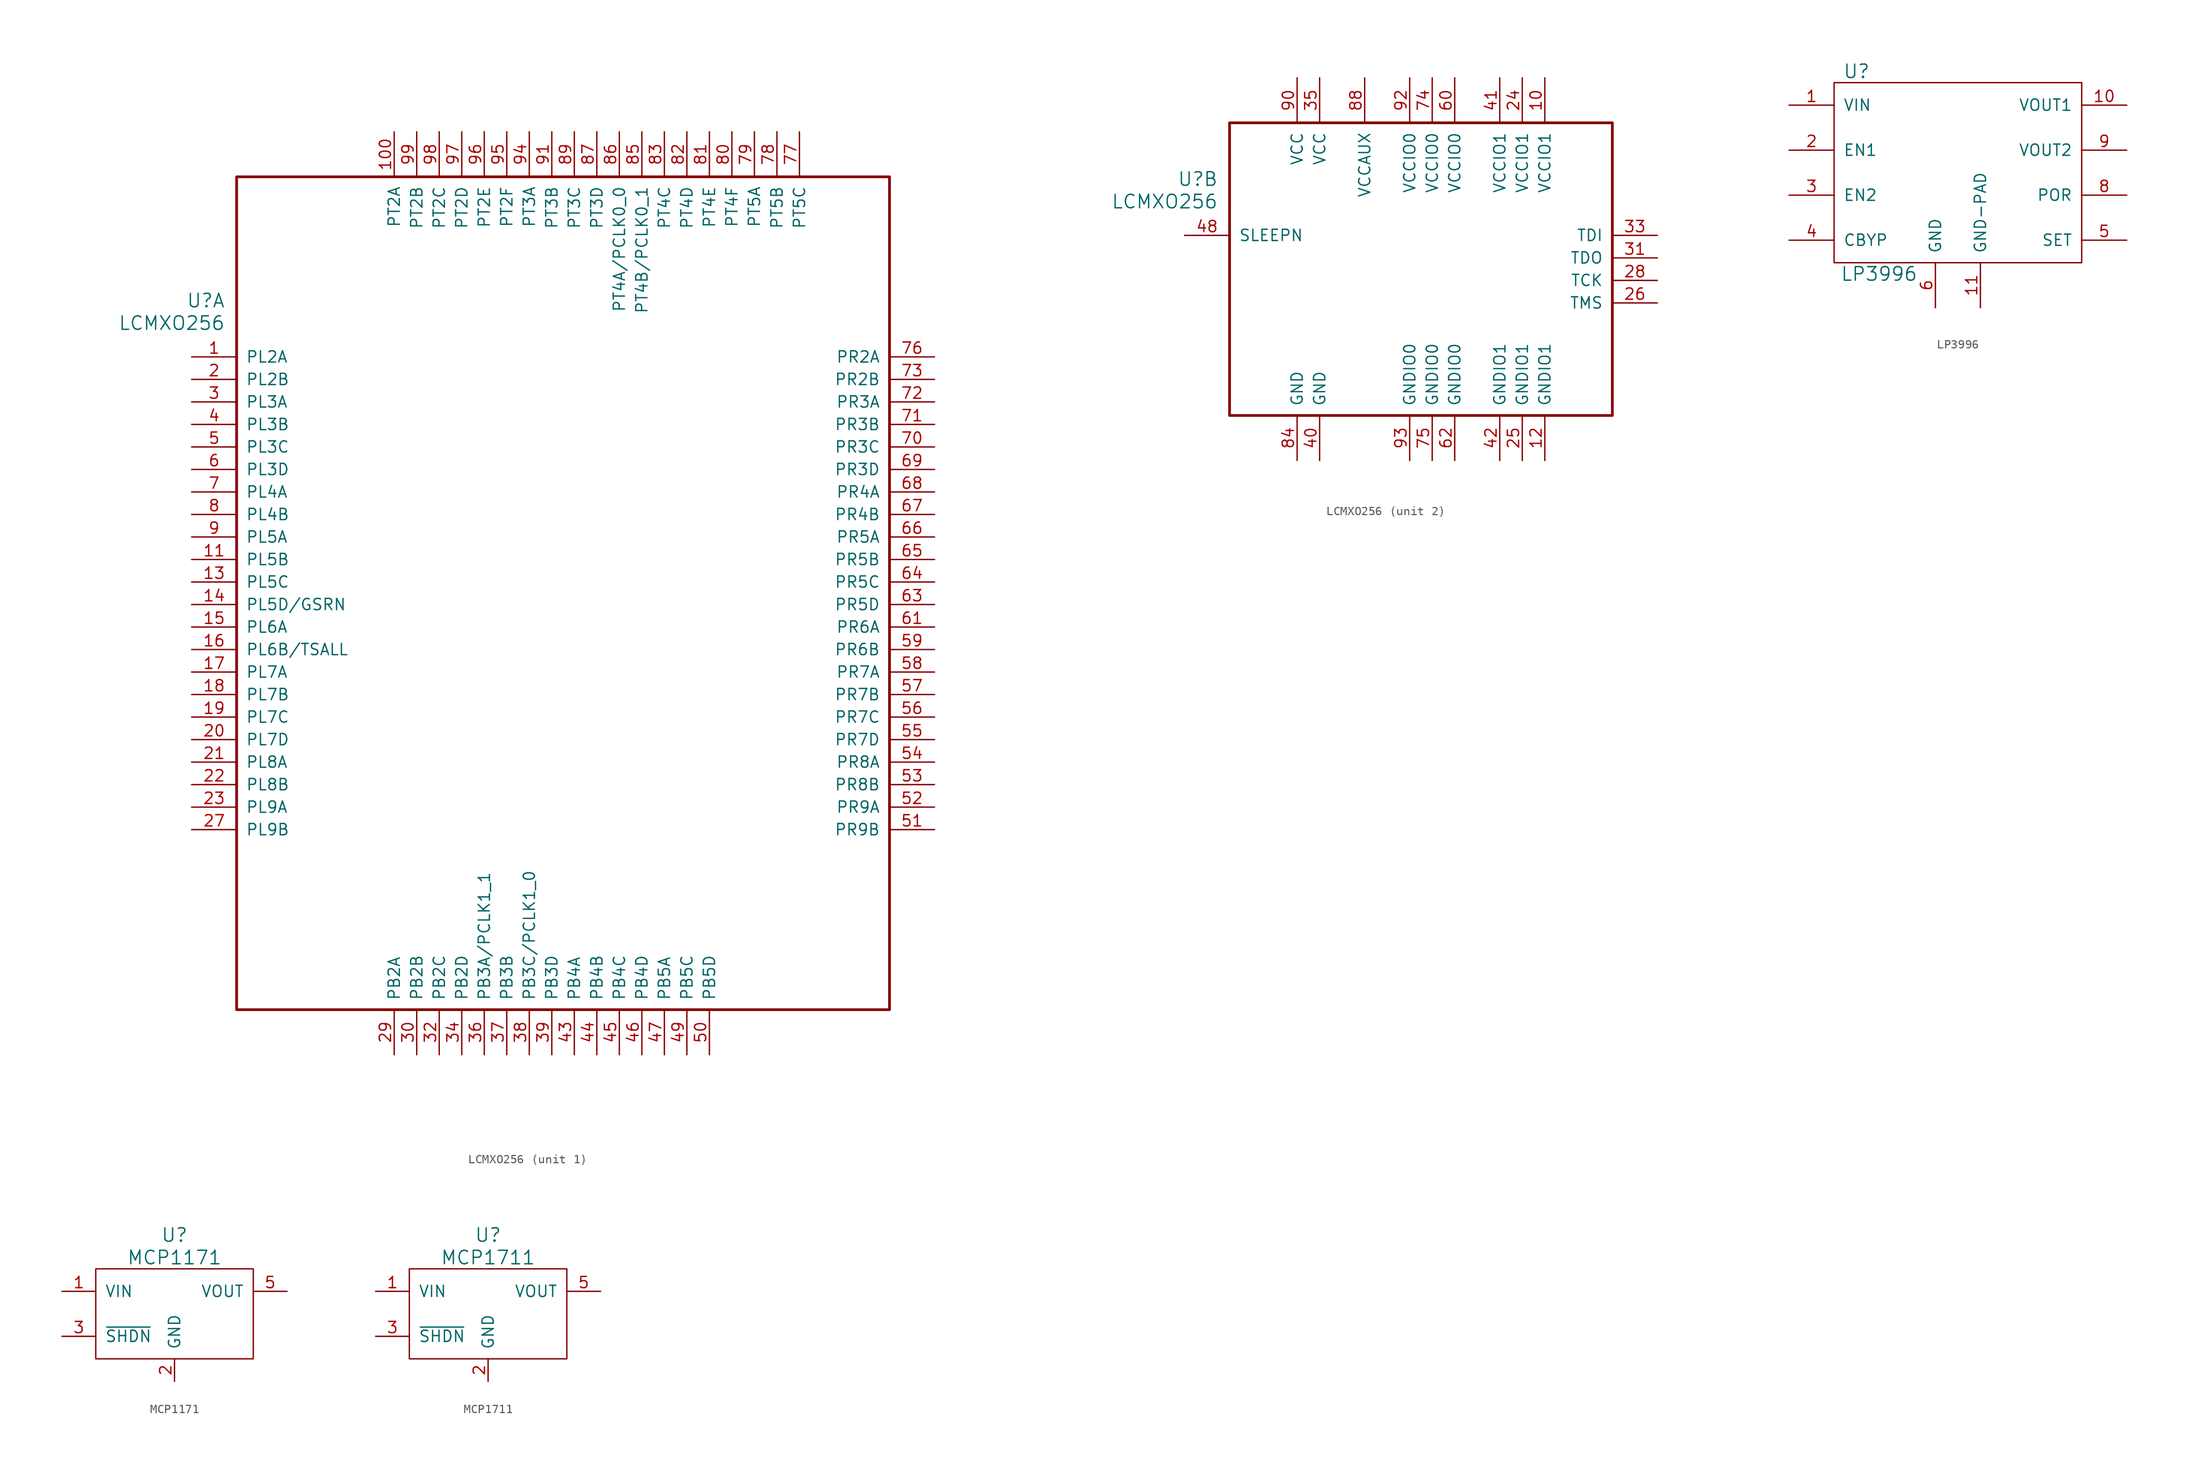
<source format=kicad_sym>
(kicad_symbol_lib
  (version 20241209)
  (generator "kicad_symbol_editor")
  (generator_version "9.0")
  (symbol "LCMXO256"
    (pin_names
      (offset 1.016))
    (property "Reference" "U"
      (at 3.81 6.35 0)
      (effects (font (size 1.524 1.524)) (justify right)))
    (property "Value" "LCMXO256"
      (at 3.81 3.81 0)
      (effects (font (size 1.524 1.524)) (justify right)))
    (property "Footprint" ""
      (at 0 0 0)
      (effects (font (size 1.524 1.524))))
    (property "Datasheet" ""
      (at 0 0 0)
      (effects (font (size 1.524 1.524))))
    (property "ki_locked" ""
      (at 0 0 0)
      (effects (font (size 1.27 1.27))))
    (symbol "LCMXO256_1_1"
      (rectangle (start 5.08 20.32) (end 78.74 -73.66) (stroke (width 0.305) (type default)) (fill (type none)))
      (pin bidirectional line (at 0 0 0) (length 5.08) (name "PL2A" (effects (font (size 1.27 1.27)))) (number "1" (effects (font (size 1.27 1.27)))))
      (pin bidirectional line (at 0 -2.54 0) (length 5.08) (name "PL2B" (effects (font (size 1.27 1.27)))) (number "2" (effects (font (size 1.27 1.27)))))
      (pin bidirectional line (at 0 -5.08 0) (length 5.08) (name "PL3A" (effects (font (size 1.27 1.27)))) (number "3" (effects (font (size 1.27 1.27)))))
      (pin bidirectional line (at 0 -7.62 0) (length 5.08) (name "PL3B" (effects (font (size 1.27 1.27)))) (number "4" (effects (font (size 1.27 1.27)))))
      (pin bidirectional line (at 0 -10.16 0) (length 5.08) (name "PL3C" (effects (font (size 1.27 1.27)))) (number "5" (effects (font (size 1.27 1.27)))))
      (pin bidirectional line (at 0 -12.7 0) (length 5.08) (name "PL3D" (effects (font (size 1.27 1.27)))) (number "6" (effects (font (size 1.27 1.27)))))
      (pin bidirectional line (at 0 -15.24 0) (length 5.08) (name "PL4A" (effects (font (size 1.27 1.27)))) (number "7" (effects (font (size 1.27 1.27)))))
      (pin bidirectional line (at 0 -17.78 0) (length 5.08) (name "PL4B" (effects (font (size 1.27 1.27)))) (number "8" (effects (font (size 1.27 1.27)))))
      (pin bidirectional line (at 0 -20.32 0) (length 5.08) (name "PL5A" (effects (font (size 1.27 1.27)))) (number "9" (effects (font (size 1.27 1.27)))))
      (pin bidirectional line (at 0 -22.86 0) (length 5.08) (name "PL5B" (effects (font (size 1.27 1.27)))) (number "11" (effects (font (size 1.27 1.27)))))
      (pin bidirectional line (at 0 -25.4 0) (length 5.08) (name "PL5C" (effects (font (size 1.27 1.27)))) (number "13" (effects (font (size 1.27 1.27)))))
      (pin bidirectional line (at 0 -27.94 0) (length 5.08) (name "PL5D/GSRN" (effects (font (size 1.27 1.27)))) (number "14" (effects (font (size 1.27 1.27)))))
      (pin bidirectional line (at 0 -30.48 0) (length 5.08) (name "PL6A" (effects (font (size 1.27 1.27)))) (number "15" (effects (font (size 1.27 1.27)))))
      (pin bidirectional line (at 0 -33.02 0) (length 5.08) (name "PL6B/TSALL" (effects (font (size 1.27 1.27)))) (number "16" (effects (font (size 1.27 1.27)))))
      (pin bidirectional line (at 0 -35.56 0) (length 5.08) (name "PL7A" (effects (font (size 1.27 1.27)))) (number "17" (effects (font (size 1.27 1.27)))))
      (pin bidirectional line (at 0 -38.1 0) (length 5.08) (name "PL7B" (effects (font (size 1.27 1.27)))) (number "18" (effects (font (size 1.27 1.27)))))
      (pin bidirectional line (at 0 -40.64 0) (length 5.08) (name "PL7C" (effects (font (size 1.27 1.27)))) (number "19" (effects (font (size 1.27 1.27)))))
      (pin bidirectional line (at 0 -43.18 0) (length 5.08) (name "PL7D" (effects (font (size 1.27 1.27)))) (number "20" (effects (font (size 1.27 1.27)))))
      (pin bidirectional line (at 0 -45.72 0) (length 5.08) (name "PL8A" (effects (font (size 1.27 1.27)))) (number "21" (effects (font (size 1.27 1.27)))))
      (pin bidirectional line (at 0 -48.26 0) (length 5.08) (name "PL8B" (effects (font (size 1.27 1.27)))) (number "22" (effects (font (size 1.27 1.27)))))
      (pin bidirectional line (at 0 -50.8 0) (length 5.08) (name "PL9A" (effects (font (size 1.27 1.27)))) (number "23" (effects (font (size 1.27 1.27)))))
      (pin bidirectional line (at 0 -53.34 0) (length 5.08) (name "PL9B" (effects (font (size 1.27 1.27)))) (number "27" (effects (font (size 1.27 1.27)))))
      (pin bidirectional line (at 22.86 25.4 270) (length 5.08) (name "PT2A" (effects (font (size 1.27 1.27)))) (number "100" (effects (font (size 1.27 1.27)))))
      (pin bidirectional line (at 22.86 -78.74 90) (length 5.08) (name "PB2A" (effects (font (size 1.27 1.27)))) (number "29" (effects (font (size 1.27 1.27)))))
      (pin bidirectional line (at 25.4 25.4 270) (length 5.08) (name "PT2B" (effects (font (size 1.27 1.27)))) (number "99" (effects (font (size 1.27 1.27)))))
      (pin bidirectional line (at 25.4 -78.74 90) (length 5.08) (name "PB2B" (effects (font (size 1.27 1.27)))) (number "30" (effects (font (size 1.27 1.27)))))
      (pin bidirectional line (at 27.94 25.4 270) (length 5.08) (name "PT2C" (effects (font (size 1.27 1.27)))) (number "98" (effects (font (size 1.27 1.27)))))
      (pin bidirectional line (at 27.94 -78.74 90) (length 5.08) (name "PB2C" (effects (font (size 1.27 1.27)))) (number "32" (effects (font (size 1.27 1.27)))))
      (pin bidirectional line (at 30.48 25.4 270) (length 5.08) (name "PT2D" (effects (font (size 1.27 1.27)))) (number "97" (effects (font (size 1.27 1.27)))))
      (pin bidirectional line (at 30.48 -78.74 90) (length 5.08) (name "PB2D" (effects (font (size 1.27 1.27)))) (number "34" (effects (font (size 1.27 1.27)))))
      (pin bidirectional line (at 33.02 25.4 270) (length 5.08) (name "PT2E" (effects (font (size 1.27 1.27)))) (number "96" (effects (font (size 1.27 1.27)))))
      (pin bidirectional line (at 33.02 -78.74 90) (length 5.08) (name "PB3A/PCLK1_1" (effects (font (size 1.27 1.27)))) (number "36" (effects (font (size 1.27 1.27)))))
      (pin bidirectional line (at 35.56 25.4 270) (length 5.08) (name "PT2F" (effects (font (size 1.27 1.27)))) (number "95" (effects (font (size 1.27 1.27)))))
      (pin bidirectional line (at 35.56 -78.74 90) (length 5.08) (name "PB3B" (effects (font (size 1.27 1.27)))) (number "37" (effects (font (size 1.27 1.27)))))
      (pin bidirectional line (at 38.1 25.4 270) (length 5.08) (name "PT3A" (effects (font (size 1.27 1.27)))) (number "94" (effects (font (size 1.27 1.27)))))
      (pin bidirectional line (at 38.1 -78.74 90) (length 5.08) (name "PB3C/PCLK1_0" (effects (font (size 1.27 1.27)))) (number "38" (effects (font (size 1.27 1.27)))))
      (pin bidirectional line (at 40.64 25.4 270) (length 5.08) (name "PT3B" (effects (font (size 1.27 1.27)))) (number "91" (effects (font (size 1.27 1.27)))))
      (pin bidirectional line (at 40.64 -78.74 90) (length 5.08) (name "PB3D" (effects (font (size 1.27 1.27)))) (number "39" (effects (font (size 1.27 1.27)))))
      (pin bidirectional line (at 43.18 25.4 270) (length 5.08) (name "PT3C" (effects (font (size 1.27 1.27)))) (number "89" (effects (font (size 1.27 1.27)))))
      (pin bidirectional line (at 43.18 -78.74 90) (length 5.08) (name "PB4A" (effects (font (size 1.27 1.27)))) (number "43" (effects (font (size 1.27 1.27)))))
      (pin bidirectional line (at 45.72 25.4 270) (length 5.08) (name "PT3D" (effects (font (size 1.27 1.27)))) (number "87" (effects (font (size 1.27 1.27)))))
      (pin bidirectional line (at 45.72 -78.74 90) (length 5.08) (name "PB4B" (effects (font (size 1.27 1.27)))) (number "44" (effects (font (size 1.27 1.27)))))
      (pin bidirectional line (at 48.26 25.4 270) (length 5.08) (name "PT4A/PCLK0_0" (effects (font (size 1.27 1.27)))) (number "86" (effects (font (size 1.27 1.27)))))
      (pin bidirectional line (at 48.26 -78.74 90) (length 5.08) (name "PB4C" (effects (font (size 1.27 1.27)))) (number "45" (effects (font (size 1.27 1.27)))))
      (pin bidirectional line (at 50.8 25.4 270) (length 5.08) (name "PT4B/PCLK0_1" (effects (font (size 1.27 1.27)))) (number "85" (effects (font (size 1.27 1.27)))))
      (pin bidirectional line (at 50.8 -78.74 90) (length 5.08) (name "PB4D" (effects (font (size 1.27 1.27)))) (number "46" (effects (font (size 1.27 1.27)))))
      (pin bidirectional line (at 53.34 25.4 270) (length 5.08) (name "PT4C" (effects (font (size 1.27 1.27)))) (number "83" (effects (font (size 1.27 1.27)))))
      (pin bidirectional line (at 53.34 -78.74 90) (length 5.08) (name "PB5A" (effects (font (size 1.27 1.27)))) (number "47" (effects (font (size 1.27 1.27)))))
      (pin bidirectional line (at 55.88 25.4 270) (length 5.08) (name "PT4D" (effects (font (size 1.27 1.27)))) (number "82" (effects (font (size 1.27 1.27)))))
      (pin bidirectional line (at 55.88 -78.74 90) (length 5.08) (name "PB5C" (effects (font (size 1.27 1.27)))) (number "49" (effects (font (size 1.27 1.27)))))
      (pin bidirectional line (at 58.42 25.4 270) (length 5.08) (name "PT4E" (effects (font (size 1.27 1.27)))) (number "81" (effects (font (size 1.27 1.27)))))
      (pin bidirectional line (at 58.42 -78.74 90) (length 5.08) (name "PB5D" (effects (font (size 1.27 1.27)))) (number "50" (effects (font (size 1.27 1.27)))))
      (pin bidirectional line (at 60.96 25.4 270) (length 5.08) (name "PT4F" (effects (font (size 1.27 1.27)))) (number "80" (effects (font (size 1.27 1.27)))))
      (pin bidirectional line (at 63.5 25.4 270) (length 5.08) (name "PT5A" (effects (font (size 1.27 1.27)))) (number "79" (effects (font (size 1.27 1.27)))))
      (pin bidirectional line (at 66.04 25.4 270) (length 5.08) (name "PT5B" (effects (font (size 1.27 1.27)))) (number "78" (effects (font (size 1.27 1.27)))))
      (pin bidirectional line (at 68.58 25.4 270) (length 5.08) (name "PT5C" (effects (font (size 1.27 1.27)))) (number "77" (effects (font (size 1.27 1.27)))))
      (pin bidirectional line (at 83.82 0 180) (length 5.08) (name "PR2A" (effects (font (size 1.27 1.27)))) (number "76" (effects (font (size 1.27 1.27)))))
      (pin bidirectional line (at 83.82 -2.54 180) (length 5.08) (name "PR2B" (effects (font (size 1.27 1.27)))) (number "73" (effects (font (size 1.27 1.27)))))
      (pin bidirectional line (at 83.82 -5.08 180) (length 5.08) (name "PR3A" (effects (font (size 1.27 1.27)))) (number "72" (effects (font (size 1.27 1.27)))))
      (pin bidirectional line (at 83.82 -7.62 180) (length 5.08) (name "PR3B" (effects (font (size 1.27 1.27)))) (number "71" (effects (font (size 1.27 1.27)))))
      (pin bidirectional line (at 83.82 -10.16 180) (length 5.08) (name "PR3C" (effects (font (size 1.27 1.27)))) (number "70" (effects (font (size 1.27 1.27)))))
      (pin bidirectional line (at 83.82 -12.7 180) (length 5.08) (name "PR3D" (effects (font (size 1.27 1.27)))) (number "69" (effects (font (size 1.27 1.27)))))
      (pin bidirectional line (at 83.82 -15.24 180) (length 5.08) (name "PR4A" (effects (font (size 1.27 1.27)))) (number "68" (effects (font (size 1.27 1.27)))))
      (pin bidirectional line (at 83.82 -17.78 180) (length 5.08) (name "PR4B" (effects (font (size 1.27 1.27)))) (number "67" (effects (font (size 1.27 1.27)))))
      (pin bidirectional line (at 83.82 -20.32 180) (length 5.08) (name "PR5A" (effects (font (size 1.27 1.27)))) (number "66" (effects (font (size 1.27 1.27)))))
      (pin bidirectional line (at 83.82 -22.86 180) (length 5.08) (name "PR5B" (effects (font (size 1.27 1.27)))) (number "65" (effects (font (size 1.27 1.27)))))
      (pin bidirectional line (at 83.82 -25.4 180) (length 5.08) (name "PR5C" (effects (font (size 1.27 1.27)))) (number "64" (effects (font (size 1.27 1.27)))))
      (pin bidirectional line (at 83.82 -27.94 180) (length 5.08) (name "PR5D" (effects (font (size 1.27 1.27)))) (number "63" (effects (font (size 1.27 1.27)))))
      (pin bidirectional line (at 83.82 -30.48 180) (length 5.08) (name "PR6A" (effects (font (size 1.27 1.27)))) (number "61" (effects (font (size 1.27 1.27)))))
      (pin bidirectional line (at 83.82 -33.02 180) (length 5.08) (name "PR6B" (effects (font (size 1.27 1.27)))) (number "59" (effects (font (size 1.27 1.27)))))
      (pin bidirectional line (at 83.82 -35.56 180) (length 5.08) (name "PR7A" (effects (font (size 1.27 1.27)))) (number "58" (effects (font (size 1.27 1.27)))))
      (pin bidirectional line (at 83.82 -38.1 180) (length 5.08) (name "PR7B" (effects (font (size 1.27 1.27)))) (number "57" (effects (font (size 1.27 1.27)))))
      (pin bidirectional line (at 83.82 -40.64 180) (length 5.08) (name "PR7C" (effects (font (size 1.27 1.27)))) (number "56" (effects (font (size 1.27 1.27)))))
      (pin bidirectional line (at 83.82 -43.18 180) (length 5.08) (name "PR7D" (effects (font (size 1.27 1.27)))) (number "55" (effects (font (size 1.27 1.27)))))
      (pin bidirectional line (at 83.82 -45.72 180) (length 5.08) (name "PR8A" (effects (font (size 1.27 1.27)))) (number "54" (effects (font (size 1.27 1.27)))))
      (pin bidirectional line (at 83.82 -48.26 180) (length 5.08) (name "PR8B" (effects (font (size 1.27 1.27)))) (number "53" (effects (font (size 1.27 1.27)))))
      (pin bidirectional line (at 83.82 -50.8 180) (length 5.08) (name "PR9A" (effects (font (size 1.27 1.27)))) (number "52" (effects (font (size 1.27 1.27)))))
      (pin bidirectional line (at 83.82 -53.34 180) (length 5.08) (name "PR9B" (effects (font (size 1.27 1.27)))) (number "51" (effects (font (size 1.27 1.27))))))
    (symbol "LCMXO256_2_1"
      (rectangle (start 5.08 12.7) (end 48.26 -20.32) (stroke (width 0.305) (type default)) (fill (type none)))
      (pin input line (at 0 0 0) (length 5.08) (name "SLEEPN" (effects (font (size 1.27 1.27)))) (number "48" (effects (font (size 1.27 1.27)))))
      (pin power_in line (at 12.7 17.78 270) (length 5.08) (name "VCC" (effects (font (size 1.27 1.27)))) (number "90" (effects (font (size 1.27 1.27)))))
      (pin power_in line (at 12.7 -25.4 90) (length 5.08) (name "GND" (effects (font (size 1.27 1.27)))) (number "84" (effects (font (size 1.27 1.27)))))
      (pin power_in line (at 15.24 17.78 270) (length 5.08) (name "VCC" (effects (font (size 1.27 1.27)))) (number "35" (effects (font (size 1.27 1.27)))))
      (pin power_in line (at 15.24 -25.4 90) (length 5.08) (name "GND" (effects (font (size 1.27 1.27)))) (number "40" (effects (font (size 1.27 1.27)))))
      (pin power_in line (at 20.32 17.78 270) (length 5.08) (name "VCCAUX" (effects (font (size 1.27 1.27)))) (number "88" (effects (font (size 1.27 1.27)))))
      (pin power_in line (at 25.4 17.78 270) (length 5.08) (name "VCCIO0" (effects (font (size 1.27 1.27)))) (number "92" (effects (font (size 1.27 1.27)))))
      (pin power_in line (at 25.4 -25.4 90) (length 5.08) (name "GNDIO0" (effects (font (size 1.27 1.27)))) (number "93" (effects (font (size 1.27 1.27)))))
      (pin power_in line (at 27.94 17.78 270) (length 5.08) (name "VCCIO0" (effects (font (size 1.27 1.27)))) (number "74" (effects (font (size 1.27 1.27)))))
      (pin power_in line (at 27.94 -25.4 90) (length 5.08) (name "GNDIO0" (effects (font (size 1.27 1.27)))) (number "75" (effects (font (size 1.27 1.27)))))
      (pin power_in line (at 30.48 17.78 270) (length 5.08) (name "VCCIO0" (effects (font (size 1.27 1.27)))) (number "60" (effects (font (size 1.27 1.27)))))
      (pin power_in line (at 30.48 -25.4 90) (length 5.08) (name "GNDIO0" (effects (font (size 1.27 1.27)))) (number "62" (effects (font (size 1.27 1.27)))))
      (pin power_in line (at 35.56 17.78 270) (length 5.08) (name "VCCIO1" (effects (font (size 1.27 1.27)))) (number "41" (effects (font (size 1.27 1.27)))))
      (pin power_in line (at 35.56 -25.4 90) (length 5.08) (name "GNDIO1" (effects (font (size 1.27 1.27)))) (number "42" (effects (font (size 1.27 1.27)))))
      (pin power_in line (at 38.1 17.78 270) (length 5.08) (name "VCCIO1" (effects (font (size 1.27 1.27)))) (number "24" (effects (font (size 1.27 1.27)))))
      (pin power_in line (at 38.1 -25.4 90) (length 5.08) (name "GNDIO1" (effects (font (size 1.27 1.27)))) (number "25" (effects (font (size 1.27 1.27)))))
      (pin power_in line (at 40.64 17.78 270) (length 5.08) (name "VCCIO1" (effects (font (size 1.27 1.27)))) (number "10" (effects (font (size 1.27 1.27)))))
      (pin power_in line (at 40.64 -25.4 90) (length 5.08) (name "GNDIO1" (effects (font (size 1.27 1.27)))) (number "12" (effects (font (size 1.27 1.27)))))
      (pin input line (at 53.34 0 180) (length 5.08) (name "TDI" (effects (font (size 1.27 1.27)))) (number "33" (effects (font (size 1.27 1.27)))))
      (pin output line (at 53.34 -2.54 180) (length 5.08) (name "TDO" (effects (font (size 1.27 1.27)))) (number "31" (effects (font (size 1.27 1.27)))))
      (pin input line (at 53.34 -5.08 180) (length 5.08) (name "TCK" (effects (font (size 1.27 1.27)))) (number "28" (effects (font (size 1.27 1.27)))))
      (pin input line (at 53.34 -7.62 180) (length 5.08) (name "TMS" (effects (font (size 1.27 1.27)))) (number "26" (effects (font (size 1.27 1.27)))))))
  (symbol "LP3996"
    (pin_names
      (offset 1.016))
    (property "Reference" "U"
      (at -11.43 11.43 0)
      (effects (font (size 1.524 1.524))))
    (property "Value" "LP3996"
      (at -8.89 -11.43 0)
      (effects (font (size 1.524 1.524))))
    (property "Footprint" ""
      (at 0 -5.08 0)
      (effects (font (size 1.524 1.524))))
    (property "Datasheet" ""
      (at 0 -5.08 0)
      (effects (font (size 1.524 1.524))))
    (symbol "LP3996_0_1"
      (rectangle (start -13.97 10.16) (end 13.97 -10.16) (stroke (width 0) (type default)) (fill (type none))))
    (symbol "LP3996_1_1"
      (pin power_in line (at -19.05 7.62 0) (length 5.08) (name "VIN" (effects (font (size 1.27 1.27)))) (number "1" (effects (font (size 1.27 1.27)))))
      (pin input line (at -19.05 2.54 0) (length 5.08) (name "EN1" (effects (font (size 1.27 1.27)))) (number "2" (effects (font (size 1.27 1.27)))))
      (pin input line (at -19.05 -2.54 0) (length 5.08) (name "EN2" (effects (font (size 1.27 1.27)))) (number "3" (effects (font (size 1.27 1.27)))))
      (pin passive line (at -19.05 -7.62 0) (length 5.08) (name "CBYP" (effects (font (size 1.27 1.27)))) (number "4" (effects (font (size 1.27 1.27)))))
      (pin power_in line (at -2.54 -15.24 90) (length 5.08) (name "GND" (effects (font (size 1.27 1.27)))) (number "6" (effects (font (size 1.27 1.27)))))
      (pin power_in line (at 2.54 -15.24 90) (length 5.08) (name "GND-PAD" (effects (font (size 1.27 1.27)))) (number "11" (effects (font (size 1.27 1.27)))))
      (pin no_connect line (at 7.62 -15.24 90) (length 5.08) (hide yes) (name "NC" (effects (font (size 1.27 1.27)))) (number "7" (effects (font (size 1.27 1.27)))))
      (pin power_out line (at 19.05 7.62 180) (length 5.08) (name "VOUT1" (effects (font (size 1.27 1.27)))) (number "10" (effects (font (size 1.27 1.27)))))
      (pin power_out line (at 19.05 2.54 180) (length 5.08) (name "VOUT2" (effects (font (size 1.27 1.27)))) (number "9" (effects (font (size 1.27 1.27)))))
      (pin open_collector line (at 19.05 -2.54 180) (length 5.08) (name "POR" (effects (font (size 1.27 1.27)))) (number "8" (effects (font (size 1.27 1.27)))))
      (pin passive line (at 19.05 -7.62 180) (length 5.08) (name "SET" (effects (font (size 1.27 1.27)))) (number "5" (effects (font (size 1.27 1.27)))))))
  (symbol "MCP1171"
    (pin_names
      (offset 1.016))
    (property "Reference" "U"
      (at 0 11.43 0)
      (effects (font (size 1.524 1.524))))
    (property "Value" "MCP1171"
      (at 0 8.89 0)
      (effects (font (size 1.524 1.524))))
    (property "Footprint" ""
      (at -1.27 0 0)
      (effects (font (size 1.524 1.524))))
    (property "Datasheet" ""
      (at -1.27 0 0)
      (effects (font (size 1.524 1.524))))
    (symbol "MCP1171_0_1"
      (rectangle (start -8.89 7.62) (end 8.89 -2.54) (stroke (width 0) (type default)) (fill (type none))))
    (symbol "MCP1171_1_1"
      (pin power_in line (at -12.7 5.08 0) (length 3.81) (name "VIN" (effects (font (size 1.27 1.27)))) (number "1" (effects (font (size 1.27 1.27)))))
      (pin input line (at -12.7 0 0) (length 3.81) (name "~{SHDN}" (effects (font (size 1.27 1.27)))) (number "3" (effects (font (size 1.27 1.27)))))
      (pin power_in line (at 0 -5.08 90) (length 2.54) (name "GND" (effects (font (size 1.27 1.27)))) (number "2" (effects (font (size 1.27 1.27)))))
      (pin power_out line (at 12.7 5.08 180) (length 3.81) (name "VOUT" (effects (font (size 1.27 1.27)))) (number "5" (effects (font (size 1.27 1.27)))))
      (pin no_connect non_logic (at 12.7 0 180) (length 3.81) (hide yes) (name "NC" (effects (font (size 1.27 1.27)))) (number "4" (effects (font (size 1.27 1.27)))))))
  (symbol "MCP1711"
    (pin_names
      (offset 1.016))
    (property "Reference" "U"
      (at 0 11.43 0)
      (effects (font (size 1.524 1.524))))
    (property "Value" "MCP1711"
      (at 0 8.89 0)
      (effects (font (size 1.524 1.524))))
    (property "Footprint" ""
      (at -1.27 0 0)
      (effects (font (size 1.524 1.524))))
    (property "Datasheet" ""
      (at -1.27 0 0)
      (effects (font (size 1.524 1.524))))
    (symbol "MCP1711_0_1"
      (rectangle (start -8.89 7.62) (end 8.89 -2.54) (stroke (width 0) (type default)) (fill (type none))))
    (symbol "MCP1711_1_1"
      (pin power_in line (at -12.7 5.08 0) (length 3.81) (name "VIN" (effects (font (size 1.27 1.27)))) (number "1" (effects (font (size 1.27 1.27)))))
      (pin input line (at -12.7 0 0) (length 3.81) (name "~{SHDN}" (effects (font (size 1.27 1.27)))) (number "3" (effects (font (size 1.27 1.27)))))
      (pin power_in line (at 0 -5.08 90) (length 2.54) (name "GND" (effects (font (size 1.27 1.27)))) (number "2" (effects (font (size 1.27 1.27)))))
      (pin power_out line (at 12.7 5.08 180) (length 3.81) (name "VOUT" (effects (font (size 1.27 1.27)))) (number "5" (effects (font (size 1.27 1.27)))))
      (pin no_connect non_logic (at 12.7 0 180) (length 3.81) (hide yes) (name "NC" (effects (font (size 1.27 1.27)))) (number "4" (effects (font (size 1.27 1.27))))))))
</source>
